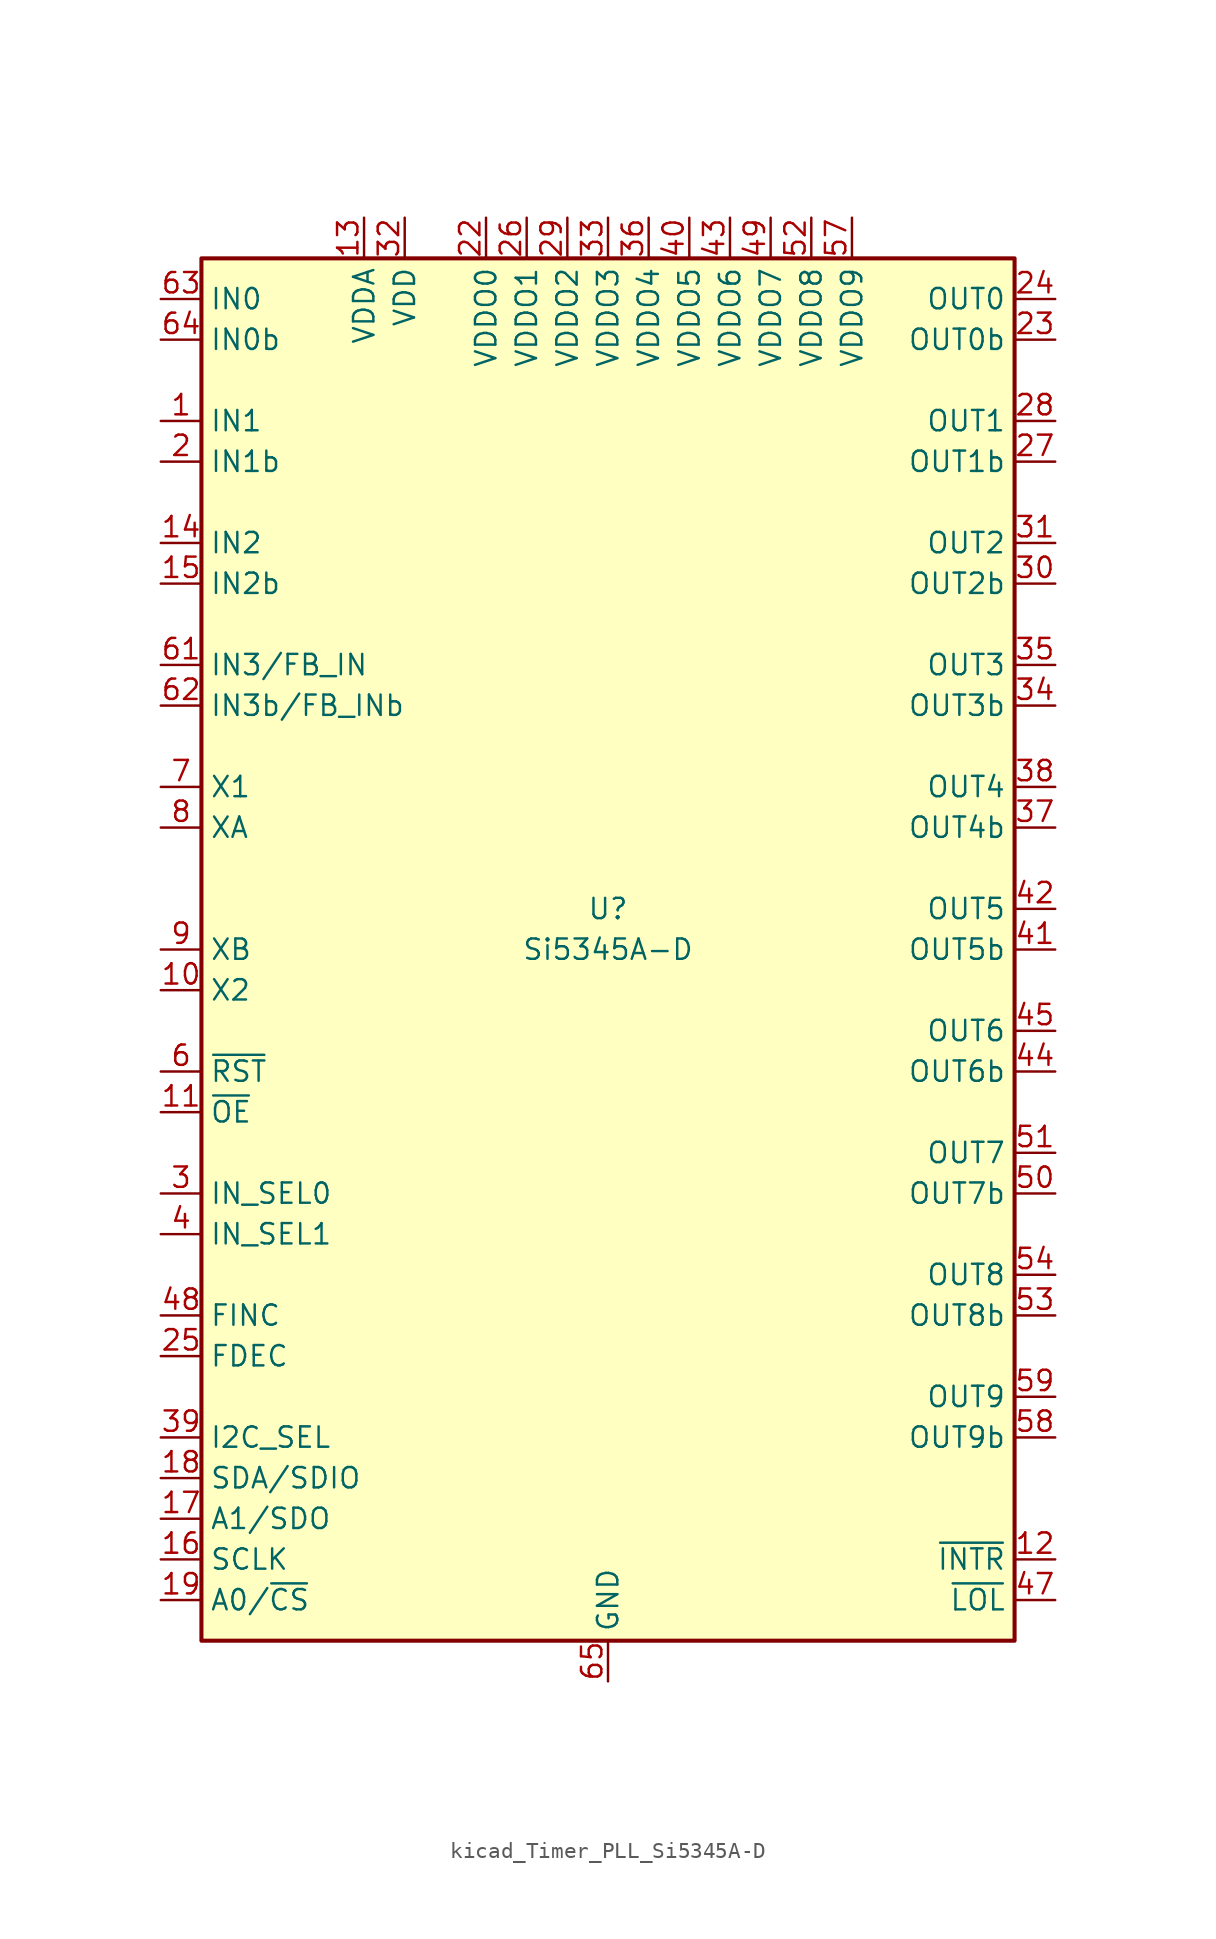
<source format=kicad_sym>
(kicad_symbol_lib
  (version 20220914)
  (generator kicad_symbol_editor)
  (symbol "kicad_Timer_PLL_Si5345A-D"
    (property "Reference" "U"
      (at 0 2.54 0)
      (effects (font (size 1.27 1.27))))
    (property "Value" "Si5345A-D"
      (at 0 0 0)
      (effects (font (size 1.27 1.27))))
    (symbol "kicad_Timer_PLL_Si5345A-D_0_1"
      (rectangle (start -25.4 43.18) (end 25.4 -43.18) (stroke (width 0.254) (type default)) (fill (type background))))
    (symbol "kicad_Timer_PLL_Si5345A-D_1_1"
      (pin input line (at -27.94 33.02 0) (length 2.54) (name "IN1" (effects (font (size 1.27 1.27)))) (number "1" (effects (font (size 1.27 1.27)))))
      (pin input line (at -27.94 -2.54 0) (length 2.54) (name "X2" (effects (font (size 1.27 1.27)))) (number "10" (effects (font (size 1.27 1.27)))))
      (pin input line (at -27.94 -10.16 0) (length 2.54) (name "~{OE}" (effects (font (size 1.27 1.27)))) (number "11" (effects (font (size 1.27 1.27)))))
      (pin output line (at 27.94 -38.1 180) (length 2.54) (name "~{INTR}" (effects (font (size 1.27 1.27)))) (number "12" (effects (font (size 1.27 1.27)))))
      (pin power_in line (at -15.24 45.72 270) (length 2.54) (name "VDDA" (effects (font (size 1.27 1.27)))) (number "13" (effects (font (size 1.27 1.27)))))
      (pin input line (at -27.94 25.4 0) (length 2.54) (name "IN2" (effects (font (size 1.27 1.27)))) (number "14" (effects (font (size 1.27 1.27)))))
      (pin input line (at -27.94 22.86 0) (length 2.54) (name "IN2b" (effects (font (size 1.27 1.27)))) (number "15" (effects (font (size 1.27 1.27)))))
      (pin input line (at -27.94 -38.1 0) (length 2.54) (name "SCLK" (effects (font (size 1.27 1.27)))) (number "16" (effects (font (size 1.27 1.27)))))
      (pin bidirectional line (at -27.94 -35.56 0) (length 2.54) (name "A1/SDO" (effects (font (size 1.27 1.27)))) (number "17" (effects (font (size 1.27 1.27)))))
      (pin bidirectional line (at -27.94 -33.02 0) (length 2.54) (name "SDA/SDIO" (effects (font (size 1.27 1.27)))) (number "18" (effects (font (size 1.27 1.27)))))
      (pin input line (at -27.94 -40.64 0) (length 2.54) (name "A0/~{CS}" (effects (font (size 1.27 1.27)))) (number "19" (effects (font (size 1.27 1.27)))))
      (pin input line (at -27.94 30.48 0) (length 2.54) (name "IN1b" (effects (font (size 1.27 1.27)))) (number "2" (effects (font (size 1.27 1.27)))))
      (pin no_connect line (at 25.4 27.94 180) (length 2.54) hide (name "NC" (effects (font (size 1.27 1.27)))) (number "20" (effects (font (size 1.27 1.27)))))
      (pin no_connect line (at 25.4 20.32 180) (length 2.54) hide (name "NC" (effects (font (size 1.27 1.27)))) (number "21" (effects (font (size 1.27 1.27)))))
      (pin power_in line (at -7.62 45.72 270) (length 2.54) (name "VDDO0" (effects (font (size 1.27 1.27)))) (number "22" (effects (font (size 1.27 1.27)))))
      (pin output line (at 27.94 38.1 180) (length 2.54) (name "OUT0b" (effects (font (size 1.27 1.27)))) (number "23" (effects (font (size 1.27 1.27)))))
      (pin output line (at 27.94 40.64 180) (length 2.54) (name "OUT0" (effects (font (size 1.27 1.27)))) (number "24" (effects (font (size 1.27 1.27)))))
      (pin input line (at -27.94 -25.4 0) (length 2.54) (name "FDEC" (effects (font (size 1.27 1.27)))) (number "25" (effects (font (size 1.27 1.27)))))
      (pin power_in line (at -5.08 45.72 270) (length 2.54) (name "VDDO1" (effects (font (size 1.27 1.27)))) (number "26" (effects (font (size 1.27 1.27)))))
      (pin output line (at 27.94 30.48 180) (length 2.54) (name "OUT1b" (effects (font (size 1.27 1.27)))) (number "27" (effects (font (size 1.27 1.27)))))
      (pin output line (at 27.94 33.02 180) (length 2.54) (name "OUT1" (effects (font (size 1.27 1.27)))) (number "28" (effects (font (size 1.27 1.27)))))
      (pin power_in line (at -2.54 45.72 270) (length 2.54) (name "VDDO2" (effects (font (size 1.27 1.27)))) (number "29" (effects (font (size 1.27 1.27)))))
      (pin input line (at -27.94 -15.24 0) (length 2.54) (name "IN_SEL0" (effects (font (size 1.27 1.27)))) (number "3" (effects (font (size 1.27 1.27)))))
      (pin output line (at 27.94 22.86 180) (length 2.54) (name "OUT2b" (effects (font (size 1.27 1.27)))) (number "30" (effects (font (size 1.27 1.27)))))
      (pin output line (at 27.94 25.4 180) (length 2.54) (name "OUT2" (effects (font (size 1.27 1.27)))) (number "31" (effects (font (size 1.27 1.27)))))
      (pin power_in line (at -12.7 45.72 270) (length 2.54) (name "VDD" (effects (font (size 1.27 1.27)))) (number "32" (effects (font (size 1.27 1.27)))))
      (pin power_in line (at 0 45.72 270) (length 2.54) (name "VDDO3" (effects (font (size 1.27 1.27)))) (number "33" (effects (font (size 1.27 1.27)))))
      (pin output line (at 27.94 15.24 180) (length 2.54) (name "OUT3b" (effects (font (size 1.27 1.27)))) (number "34" (effects (font (size 1.27 1.27)))))
      (pin output line (at 27.94 17.78 180) (length 2.54) (name "OUT3" (effects (font (size 1.27 1.27)))) (number "35" (effects (font (size 1.27 1.27)))))
      (pin power_in line (at 2.54 45.72 270) (length 2.54) (name "VDDO4" (effects (font (size 1.27 1.27)))) (number "36" (effects (font (size 1.27 1.27)))))
      (pin output line (at 27.94 7.62 180) (length 2.54) (name "OUT4b" (effects (font (size 1.27 1.27)))) (number "37" (effects (font (size 1.27 1.27)))))
      (pin output line (at 27.94 10.16 180) (length 2.54) (name "OUT4" (effects (font (size 1.27 1.27)))) (number "38" (effects (font (size 1.27 1.27)))))
      (pin input line (at -27.94 -30.48 0) (length 2.54) (name "I2C_SEL" (effects (font (size 1.27 1.27)))) (number "39" (effects (font (size 1.27 1.27)))))
      (pin input line (at -27.94 -17.78 0) (length 2.54) (name "IN_SEL1" (effects (font (size 1.27 1.27)))) (number "4" (effects (font (size 1.27 1.27)))))
      (pin power_in line (at 5.08 45.72 270) (length 2.54) (name "VDDO5" (effects (font (size 1.27 1.27)))) (number "40" (effects (font (size 1.27 1.27)))))
      (pin output line (at 27.94 0 180) (length 2.54) (name "OUT5b" (effects (font (size 1.27 1.27)))) (number "41" (effects (font (size 1.27 1.27)))))
      (pin output line (at 27.94 2.54 180) (length 2.54) (name "OUT5" (effects (font (size 1.27 1.27)))) (number "42" (effects (font (size 1.27 1.27)))))
      (pin power_in line (at 7.62 45.72 270) (length 2.54) (name "VDDO6" (effects (font (size 1.27 1.27)))) (number "43" (effects (font (size 1.27 1.27)))))
      (pin output line (at 27.94 -7.62 180) (length 2.54) (name "OUT6b" (effects (font (size 1.27 1.27)))) (number "44" (effects (font (size 1.27 1.27)))))
      (pin output line (at 27.94 -5.08 180) (length 2.54) (name "OUT6" (effects (font (size 1.27 1.27)))) (number "45" (effects (font (size 1.27 1.27)))))
      (pin passive line (at -12.7 45.72 270) (length 2.54) hide (name "VDD" (effects (font (size 1.27 1.27)))) (number "46" (effects (font (size 1.27 1.27)))))
      (pin output line (at 27.94 -40.64 180) (length 2.54) (name "~{LOL}" (effects (font (size 1.27 1.27)))) (number "47" (effects (font (size 1.27 1.27)))))
      (pin input line (at -27.94 -22.86 0) (length 2.54) (name "FINC" (effects (font (size 1.27 1.27)))) (number "48" (effects (font (size 1.27 1.27)))))
      (pin power_in line (at 10.16 45.72 270) (length 2.54) (name "VDDO7" (effects (font (size 1.27 1.27)))) (number "49" (effects (font (size 1.27 1.27)))))
      (pin no_connect line (at 25.4 35.56 180) (length 2.54) hide (name "NC" (effects (font (size 1.27 1.27)))) (number "5" (effects (font (size 1.27 1.27)))))
      (pin output line (at 27.94 -15.24 180) (length 2.54) (name "OUT7b" (effects (font (size 1.27 1.27)))) (number "50" (effects (font (size 1.27 1.27)))))
      (pin output line (at 27.94 -12.7 180) (length 2.54) (name "OUT7" (effects (font (size 1.27 1.27)))) (number "51" (effects (font (size 1.27 1.27)))))
      (pin power_in line (at 12.7 45.72 270) (length 2.54) (name "VDDO8" (effects (font (size 1.27 1.27)))) (number "52" (effects (font (size 1.27 1.27)))))
      (pin output line (at 27.94 -22.86 180) (length 2.54) (name "OUT8b" (effects (font (size 1.27 1.27)))) (number "53" (effects (font (size 1.27 1.27)))))
      (pin output line (at 27.94 -20.32 180) (length 2.54) (name "OUT8" (effects (font (size 1.27 1.27)))) (number "54" (effects (font (size 1.27 1.27)))))
      (pin no_connect line (at 25.4 12.7 180) (length 2.54) hide (name "NC" (effects (font (size 1.27 1.27)))) (number "55" (effects (font (size 1.27 1.27)))))
      (pin no_connect line (at 25.4 5.08 180) (length 2.54) hide (name "NC" (effects (font (size 1.27 1.27)))) (number "56" (effects (font (size 1.27 1.27)))))
      (pin power_in line (at 15.24 45.72 270) (length 2.54) (name "VDDO9" (effects (font (size 1.27 1.27)))) (number "57" (effects (font (size 1.27 1.27)))))
      (pin output line (at 27.94 -30.48 180) (length 2.54) (name "OUT9b" (effects (font (size 1.27 1.27)))) (number "58" (effects (font (size 1.27 1.27)))))
      (pin output line (at 27.94 -27.94 180) (length 2.54) (name "OUT9" (effects (font (size 1.27 1.27)))) (number "59" (effects (font (size 1.27 1.27)))))
      (pin input line (at -27.94 -7.62 0) (length 2.54) (name "~{RST}" (effects (font (size 1.27 1.27)))) (number "6" (effects (font (size 1.27 1.27)))))
      (pin passive line (at -12.7 45.72 270) (length 2.54) hide (name "VDD" (effects (font (size 1.27 1.27)))) (number "60" (effects (font (size 1.27 1.27)))))
      (pin input line (at -27.94 17.78 0) (length 2.54) (name "IN3/FB_IN" (effects (font (size 1.27 1.27)))) (number "61" (effects (font (size 1.27 1.27)))))
      (pin input line (at -27.94 15.24 0) (length 2.54) (name "IN3b/FB_INb" (effects (font (size 1.27 1.27)))) (number "62" (effects (font (size 1.27 1.27)))))
      (pin input line (at -27.94 40.64 0) (length 2.54) (name "IN0" (effects (font (size 1.27 1.27)))) (number "63" (effects (font (size 1.27 1.27)))))
      (pin input line (at -27.94 38.1 0) (length 2.54) (name "IN0b" (effects (font (size 1.27 1.27)))) (number "64" (effects (font (size 1.27 1.27)))))
      (pin power_in line (at 0 -45.72 90) (length 2.54) (name "GND" (effects (font (size 1.27 1.27)))) (number "65" (effects (font (size 1.27 1.27)))))
      (pin input line (at -27.94 10.16 0) (length 2.54) (name "X1" (effects (font (size 1.27 1.27)))) (number "7" (effects (font (size 1.27 1.27)))))
      (pin input line (at -27.94 7.62 0) (length 2.54) (name "XA" (effects (font (size 1.27 1.27)))) (number "8" (effects (font (size 1.27 1.27)))))
      (pin input line (at -27.94 0 0) (length 2.54) (name "XB" (effects (font (size 1.27 1.27)))) (number "9" (effects (font (size 1.27 1.27))))))))
</source>
